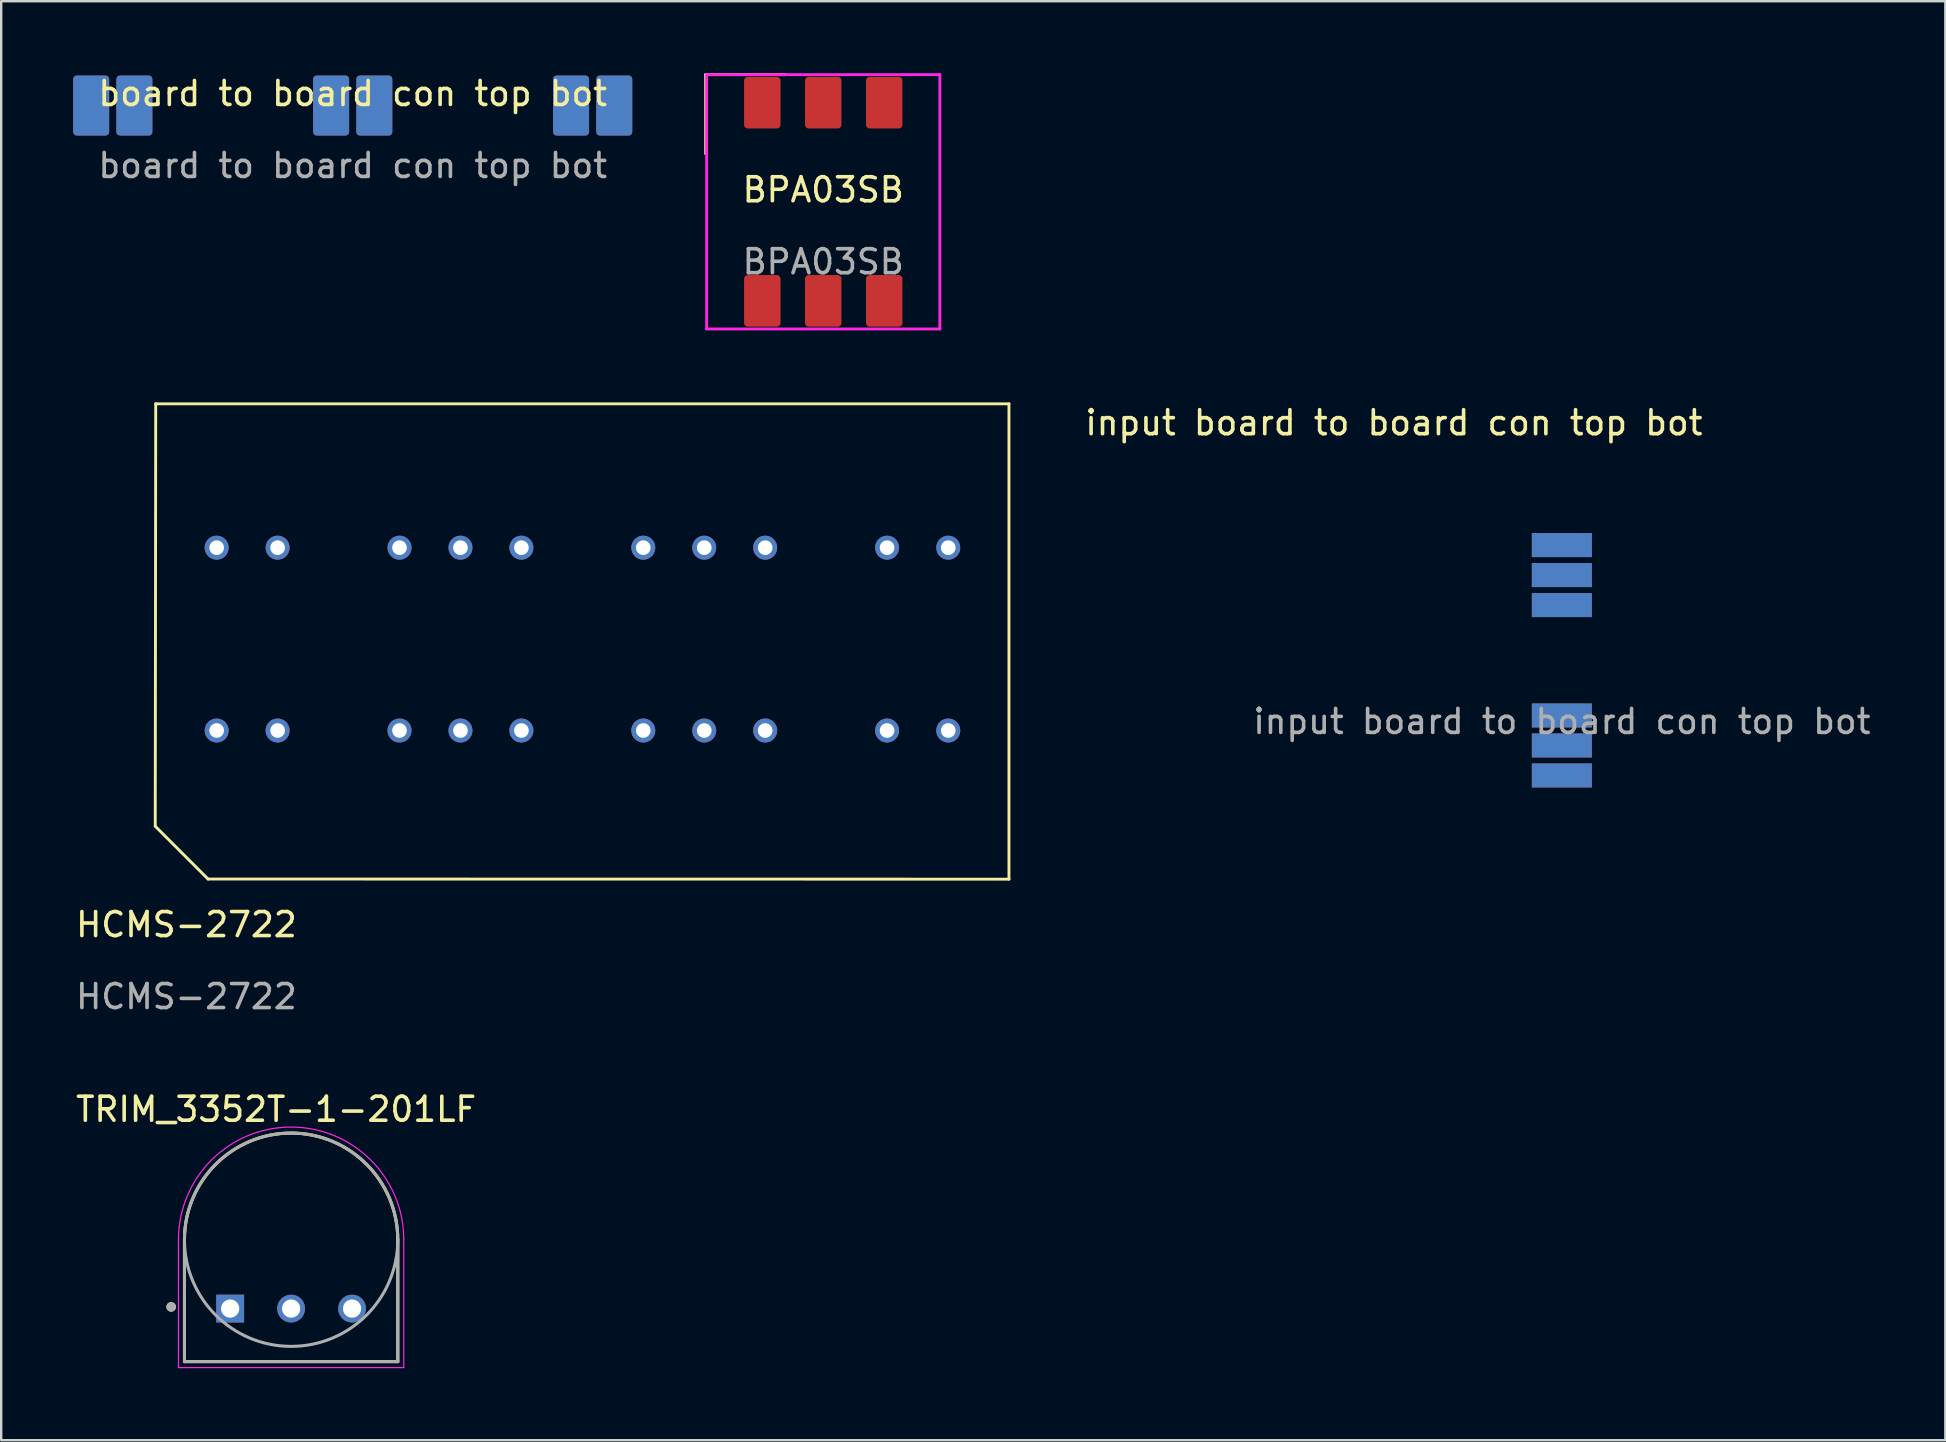
<source format=kicad_pcb>
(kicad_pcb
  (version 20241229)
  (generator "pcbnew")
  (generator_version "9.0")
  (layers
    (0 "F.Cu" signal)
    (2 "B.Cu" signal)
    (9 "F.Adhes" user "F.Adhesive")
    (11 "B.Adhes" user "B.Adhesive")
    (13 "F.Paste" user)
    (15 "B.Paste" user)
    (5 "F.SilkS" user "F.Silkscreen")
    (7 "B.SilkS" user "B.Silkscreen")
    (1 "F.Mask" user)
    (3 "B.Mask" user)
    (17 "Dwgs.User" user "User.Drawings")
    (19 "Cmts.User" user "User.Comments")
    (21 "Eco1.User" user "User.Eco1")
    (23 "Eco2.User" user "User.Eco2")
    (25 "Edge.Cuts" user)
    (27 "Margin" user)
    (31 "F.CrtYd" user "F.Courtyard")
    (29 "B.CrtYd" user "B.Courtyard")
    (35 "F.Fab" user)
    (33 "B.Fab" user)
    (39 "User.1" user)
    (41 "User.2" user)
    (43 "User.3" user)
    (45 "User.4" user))
  (footprint "input board to board con top bot"
    (layer "F.Cu")
    (at 62.042 24.518)
    (property "Reference" "input board to board con top bot" (at -7 -9.95 0) (unlocked yes) (layer "F.SilkS") (effects (font (size 1 1) (thickness 0.15))))
    (attr through_hole)
    (fp_text user "${REFERENCE}" (at 0 2.5 0) (unlocked yes) (layer "F.Fab") (effects (font (size 1 1) (thickness 0.15))))
    (pad "1" smd rect (at 0 -4.85) (size 2.5 1) (layers "B.Cu" "B.Mask" "B.Paste"))
    (pad "2" smd rect (at 0 -3.6) (size 2.5 1) (layers "B.Cu" "B.Mask" "B.Paste"))
    (pad "3" smd rect (at 0 -4.85) (size 2.5 1) (layers "F.Cu" "F.Mask" "F.Paste"))
    (pad "4" smd rect (at 0 -3.6) (size 2.5 1) (layers "F.Cu" "F.Mask" "F.Paste"))
    (pad "5" smd rect (at 0 -2.35) (size 2.5 1) (layers "F.Cu" "F.Mask" "F.Paste"))
    (pad "6" smd rect (at 0 2.25) (size 2.5 1) (layers "F.Cu" "F.Mask" "F.Paste"))
    (pad "7" smd rect (at 0 3.5) (size 2.5 1) (layers "F.Cu" "F.Mask" "F.Paste"))
    (pad "8" smd rect (at 0 4.75) (size 2.5 1) (layers "F.Cu" "F.Mask" "F.Paste"))
    (pad "9" smd rect (at 0 -2.35) (size 2.5 1) (layers "B.Cu" "B.Mask" "B.Paste"))
    (pad "10" smd rect (at 0 2.25) (size 2.5 1) (layers "B.Cu" "B.Mask" "B.Paste"))
    (pad "11" smd rect (at 0 3.5) (size 2.5 1) (layers "B.Cu" "B.Mask" "B.Paste"))
    (pad "12" smd rect (at 0 4.75) (size 2.5 1) (layers "B.Cu" "B.Mask" "B.Paste")))
  (footprint "board to board con top bot"
    (layer "F.Cu")
    (at 11.65 1.348)
    (property "Reference" "board to board con top bot" (at 0 -0.5 0) (unlocked yes) (layer "F.SilkS") (effects (font (size 1 1) (thickness 0.15))))
    (attr smd)
    (fp_text user "${REFERENCE}" (at 0 2.5 0) (unlocked yes) (layer "F.Fab") (effects (font (size 1 1) (thickness 0.15))))
    (pad "1" smd roundrect (at -10.9 0) (size 1.5 2.5) (layers "B.Cu" "B.Mask" "B.Paste") (roundrect_rratio 0.1))
    (pad "2" smd roundrect (at -9.1 0) (size 1.5 2.5) (layers "B.Cu" "B.Mask" "B.Paste") (roundrect_rratio 0.1))
    (pad "3" smd roundrect (at -10.9 0) (size 1.5 2.5) (layers "F.Cu" "F.Mask" "F.Paste") (roundrect_rratio 0.1))
    (pad "4" smd roundrect (at -9.1 0) (size 1.5 2.5) (layers "F.Cu" "F.Mask" "F.Paste") (roundrect_rratio 0.1))
    (pad "5" smd roundrect (at -0.9 0) (size 1.5 2.5) (layers "F.Cu" "F.Mask" "F.Paste") (roundrect_rratio 0.1))
    (pad "6" smd roundrect (at 0.9 0) (size 1.5 2.5) (layers "F.Cu" "F.Mask" "F.Paste") (roundrect_rratio 0.1))
    (pad "7" smd roundrect (at 9.1 0) (size 1.5 2.5) (layers "F.Cu" "F.Mask" "F.Paste") (roundrect_rratio 0.1))
    (pad "8" smd roundrect (at 10.9 0) (size 1.5 2.5) (layers "F.Cu" "F.Mask" "F.Paste") (roundrect_rratio 0.1))
    (pad "9" smd roundrect (at -0.9 0) (size 1.5 2.5) (layers "B.Cu" "B.Mask" "B.Paste") (roundrect_rratio 0.1))
    (pad "10" smd roundrect (at 0.9 0) (size 1.5 2.5) (layers "B.Cu" "B.Mask" "B.Paste") (roundrect_rratio 0.1))
    (pad "11" smd roundrect (at 9.1 0) (size 1.5 2.5) (layers "B.Cu" "B.Mask" "B.Paste") (roundrect_rratio 0.1))
    (pad "12" smd roundrect (at 10.9 0) (size 1.5 2.5) (layers "B.Cu" "B.Mask" "B.Paste") (roundrect_rratio 0.1)))
  (footprint "HCMS-2722"
    (layer "F.Cu")
    (at 21.22 23.585)
    (property "Reference" "HCMS-2722" (at -16.5 11.9 0) (unlocked yes) (layer "F.SilkS") (effects (font (size 1 1) (thickness 0.15))))
    (attr through_hole)
    (fp_line (start -17.8 7.8) (end -15.6 10) (stroke (width 0.12) (type solid)) (layer "F.SilkS"))
    (fp_line (start -17.78 -9.805) (end -17.8 7.8) (stroke (width 0.12) (type solid)) (layer "F.SilkS"))
    (fp_line (start -17.78 -9.805) (end 17.78 -9.805) (stroke (width 0.12) (type solid)) (layer "F.SilkS"))
    (fp_line (start 17.78 10.005) (end -15.6 10) (stroke (width 0.12) (type solid)) (layer "F.SilkS"))
    (fp_line (start 17.78 10.005) (end 17.78 -9.805) (stroke (width 0.12) (type solid)) (layer "F.SilkS"))
    (fp_text user "${REFERENCE}" (at -16.5 14.9 0) (unlocked yes) (layer "F.Fab") (effects (font (size 1 1) (thickness 0.15))))
    (pad "1" thru_hole circle (at -15.24 3.81) (size 1 1) (drill 0.61) (layers "*.Cu" "*.Mask"))
    (pad "2" thru_hole circle (at -12.7 3.81) (size 1 1) (drill 0.61) (layers "*.Cu" "*.Mask"))
    (pad "4" thru_hole circle (at -7.62 3.81) (size 1 1) (drill 0.61) (layers "*.Cu" "*.Mask"))
    (pad "5" thru_hole circle (at -5.08 3.81) (size 1 1) (drill 0.61) (layers "*.Cu" "*.Mask"))
    (pad "6" thru_hole circle (at -2.54 3.81) (size 1 1) (drill 0.61) (layers "*.Cu" "*.Mask"))
    (pad "8" thru_hole circle (at 2.54 3.81) (size 1 1) (drill 0.61) (layers "*.Cu" "*.Mask"))
    (pad "9" thru_hole circle (at 5.08 3.81) (size 1 1) (drill 0.61) (layers "*.Cu" "*.Mask"))
    (pad "10" thru_hole circle (at 7.62 3.81) (size 1 1) (drill 0.61) (layers "*.Cu" "*.Mask"))
    (pad "12" thru_hole circle (at 12.7 3.81) (size 1 1) (drill 0.61) (layers "*.Cu" "*.Mask"))
    (pad "13" thru_hole circle (at 15.25 3.81) (size 1 1) (drill 0.61) (layers "*.Cu" "*.Mask"))
    (pad "14" thru_hole circle (at 15.25 -3.81) (size 1 1) (drill 0.61) (layers "*.Cu" "*.Mask"))
    (pad "15" thru_hole circle (at 12.7 -3.81) (size 1 1) (drill 0.61) (layers "*.Cu" "*.Mask"))
    (pad "17" thru_hole circle (at 7.62 -3.81) (size 1 1) (drill 0.61) (layers "*.Cu" "*.Mask"))
    (pad "18" thru_hole circle (at 5.08 -3.81) (size 1 1) (drill 0.61) (layers "*.Cu" "*.Mask"))
    (pad "19" thru_hole circle (at 2.54 -3.81) (size 1 1) (drill 0.61) (layers "*.Cu" "*.Mask"))
    (pad "21" thru_hole circle (at -2.54 -3.81) (size 1 1) (drill 0.61) (layers "*.Cu" "*.Mask"))
    (pad "22" thru_hole circle (at -5.08 -3.81) (size 1 1) (drill 0.61) (layers "*.Cu" "*.Mask"))
    (pad "23" thru_hole circle (at -7.62 -3.81) (size 1 1) (drill 0.61) (layers "*.Cu" "*.Mask"))
    (pad "25" thru_hole circle (at -12.7 -3.81) (size 1 1) (drill 0.61) (layers "*.Cu" "*.Mask"))
    (pad "26" thru_hole circle (at -15.24 -3.81) (size 1 1) (drill 0.61) (layers "*.Cu" "*.Mask")))
  (footprint "BPA03SB"
    (layer "F.Cu")
    (at 31.26 5.36)
    (property "Reference" "BPA03SB" (at 0 -0.5 0) (unlocked yes) (layer "F.SilkS") (effects (font (size 1 1) (thickness 0.15))))
    (attr smd)
    (fp_line (start -4.9 -5.3) (end -1.6 -5.3) (stroke (width 0.12) (type solid)) (layer "F.SilkS"))
    (fp_line (start -4.9 -2) (end -4.9 -5.3) (stroke (width 0.12) (type solid)) (layer "F.SilkS"))
    (fp_line (start -4.86 -5.3) (end -4.86 5.3) (stroke (width 0.12) (type solid)) (layer "F.CrtYd"))
    (fp_line (start -4.86 -5.3) (end 4.86 -5.3) (stroke (width 0.12) (type solid)) (layer "F.CrtYd"))
    (fp_line (start 4.86 -5.3) (end 4.86 5.3) (stroke (width 0.12) (type solid)) (layer "F.CrtYd"))
    (fp_line (start 4.86 5.3) (end -4.86 5.3) (stroke (width 0.12) (type solid)) (layer "F.CrtYd"))
    (fp_text user "${REFERENCE}" (at 0 2.5 0) (unlocked yes) (layer "F.Fab") (effects (font (size 1 1) (thickness 0.15))))
    (pad "1" smd roundrect (at -2.54 -4.13) (size 1.52 2.15) (layers "F.Cu" "F.Mask" "F.Paste") (roundrect_rratio 0.1))
    (pad "2" smd roundrect (at 0 -4.13) (size 1.52 2.15) (layers "F.Cu" "F.Mask" "F.Paste") (roundrect_rratio 0.1))
    (pad "3" smd roundrect (at 2.54 -4.13) (size 1.52 2.15) (layers "F.Cu" "F.Mask" "F.Paste") (roundrect_rratio 0.1))
    (pad "4" smd roundrect (at 2.54 4.13) (size 1.52 2.15) (layers "F.Cu" "F.Mask" "F.Paste") (roundrect_rratio 0.1))
    (pad "5" smd roundrect (at 0 4.13) (size 1.52 2.15) (layers "F.Cu" "F.Mask" "F.Paste") (roundrect_rratio 0.1))
    (pad "6" smd roundrect (at -2.54 4.13) (size 1.52 2.15) (layers "F.Cu" "F.Mask" "F.Paste") (roundrect_rratio 0.1)))
  (footprint "TRIM_3352T-1-201LF"
    (layer "F.Cu")
    (at 9.083 48.617)
    (property "Reference" "TRIM_3352T-1-201LF" (at -0.625 -5.435 0) (layer "F.SilkS") (effects (font (size 1 1) (thickness 0.15))))
    (attr through_hole)
    (fp_line (start -4.445 0) (end -4.445 5.08) (stroke (width 0.127) (type solid)) (layer "F.SilkS"))
    (fp_line (start -4.445 5.08) (end 4.445 5.08) (stroke (width 0.127) (type solid)) (layer "F.SilkS"))
    (fp_line (start 4.445 0) (end 4.445 5.08) (stroke (width 0.127) (type solid)) (layer "F.SilkS"))
    (fp_arc (start -4.445 0) (mid 0 -4.445) (end 4.445 0) (stroke (width 0.127) (type solid)) (layer "F.SilkS"))
    (fp_circle (center -5 2.8) (end -4.9 2.8) (stroke (width 0.2) (type solid)) (fill no) (layer "F.SilkS"))
    (fp_line (start -4.695 0) (end -4.695 5.33) (stroke (width 0.05) (type solid)) (layer "F.CrtYd"))
    (fp_line (start -4.695 5.33) (end 4.695 5.33) (stroke (width 0.05) (type solid)) (layer "F.CrtYd"))
    (fp_line (start 4.695 5.33) (end 4.695 0) (stroke (width 0.05) (type solid)) (layer "F.CrtYd"))
    (fp_arc (start -4.695 0) (mid 0 -4.695) (end 4.695 0) (stroke (width 0.05) (type solid)) (layer "F.CrtYd"))
    (fp_line (start -4.445 0) (end -4.445 5.08) (stroke (width 0.127) (type solid)) (layer "F.Fab"))
    (fp_line (start -4.445 5.08) (end 4.445 5.08) (stroke (width 0.127) (type solid)) (layer "F.Fab"))
    (fp_line (start 4.445 5.08) (end 4.445 0) (stroke (width 0.127) (type solid)) (layer "F.Fab"))
    (fp_circle (center -5 2.8) (end -4.9 2.8) (stroke (width 0.2) (type solid)) (fill no) (layer "F.Fab"))
    (fp_circle (center 0 0) (end 4.445 0) (stroke (width 0.127) (type solid)) (fill no) (layer "F.Fab"))
    (pad "1" thru_hole rect (at -2.54 2.87) (size 1.16 1.16) (drill 0.76) (layers "*.Cu" "*.Mask"))
    (pad "2" thru_hole circle (at 0 2.87) (size 1.16 1.16) (drill 0.76) (layers "*.Cu" "*.Mask"))
    (pad "3" thru_hole circle (at 2.54 2.87) (size 1.16 1.16) (drill 0.76) (layers "*.Cu" "*.Mask")))
  (gr_rect
    (start -3 -3)
    (end 78.025 56.971)
    (stroke (width 0.1) (type default))
    (fill no)
    (layer "Edge.Cuts")))
</source>
